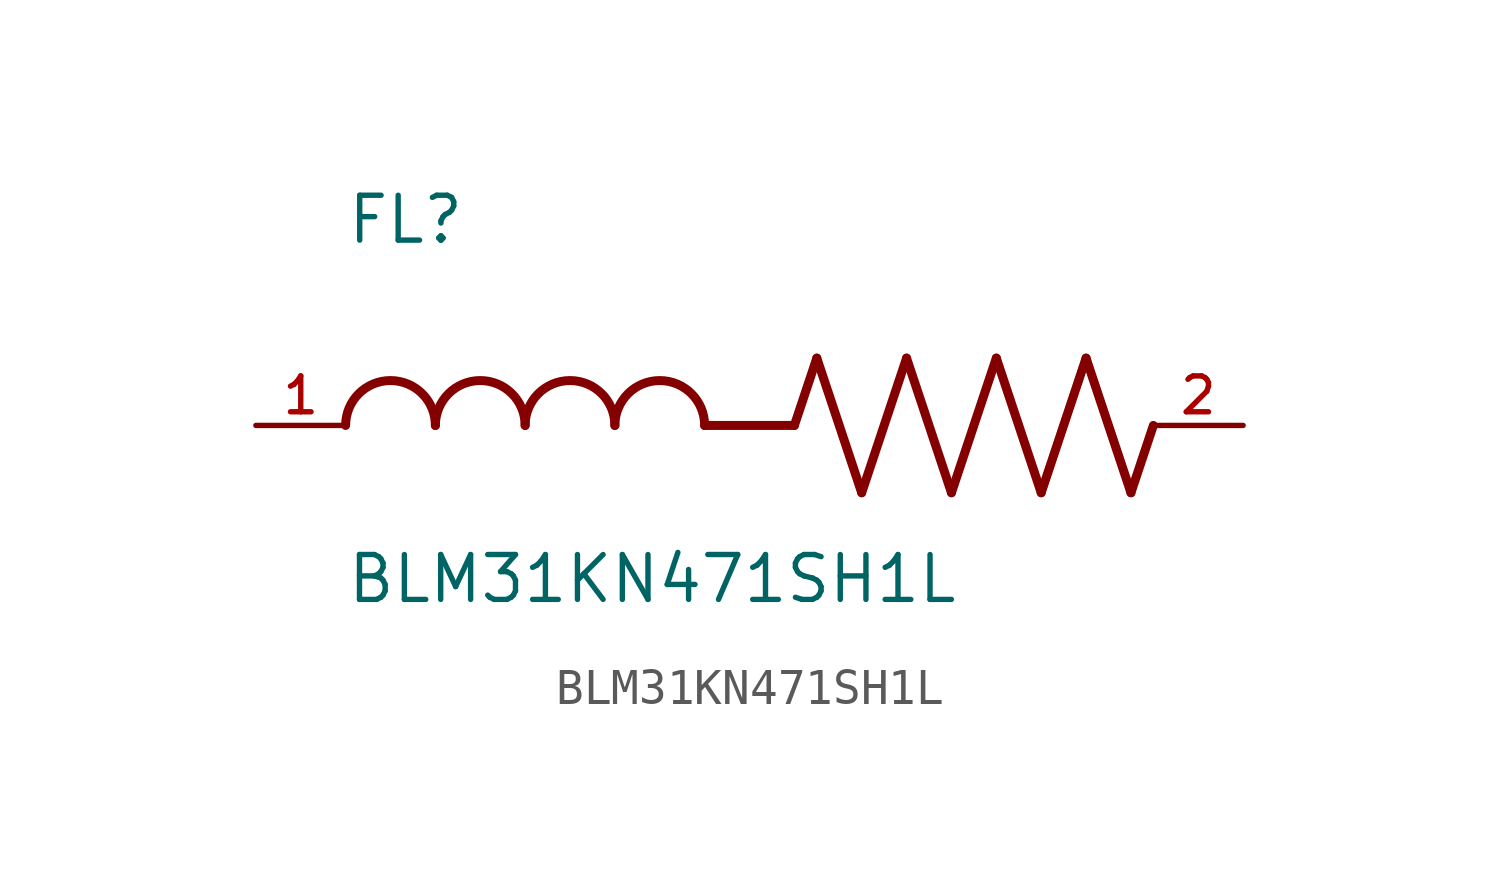
<source format=kicad_sym>
(kicad_symbol_lib
  (version 20211014)
  (generator kicad_symbol_editor)
  (symbol "BLM31KN471SH1L"
    (pin_names
      (offset 1.016))
    (property "Reference" "FL"
      (at -12.704 5.081 0)
      (effects (font (size 1.27 1.27)) (justify bottom left)))
    (property "Value" "BLM31KN471SH1L"
      (at -12.71 -5.087 0)
      (effects (font (size 1.27 1.27)) (justify bottom left)))
    (symbol "BLM31KN471SH1L_0_0"
      (polyline (pts (xy 0.0 0.0) (xy 0.635 1.905)) (stroke (width 0.254)))
      (polyline (pts (xy 0.635 1.905) (xy 1.905 -1.905)) (stroke (width 0.254)))
      (polyline (pts (xy 1.905 -1.905) (xy 3.175 1.905)) (stroke (width 0.254)))
      (polyline (pts (xy 3.175 1.905) (xy 4.445 -1.905)) (stroke (width 0.254)))
      (polyline (pts (xy 4.445 -1.905) (xy 5.715 1.905)) (stroke (width 0.254)))
      (polyline (pts (xy 5.715 1.905) (xy 6.985 -1.905)) (stroke (width 0.254)))
      (polyline (pts (xy 6.985 -1.905) (xy 8.255 1.905)) (stroke (width 0.254)))
      (polyline (pts (xy 8.255 1.905) (xy 9.525 -1.905)) (stroke (width 0.254)))
      (polyline (pts (xy 9.525 -1.905) (xy 10.16 0.0)) (stroke (width 0.254)))
      (arc (start -10.16 0.0) (mid -11.43 1.27) (end -12.7 0.0) (stroke (width 0.254) (type default) (color 0 0 0 0)) (fill (type none)))
      (arc (start -7.62 0.0) (mid -8.89 1.27) (end -10.16 0.0) (stroke (width 0.254) (type default) (color 0 0 0 0)) (fill (type none)))
      (arc (start -5.08 0.0) (mid -6.35 1.27) (end -7.62 0.0) (stroke (width 0.254) (type default) (color 0 0 0 0)) (fill (type none)))
      (arc (start -2.54 0.0) (mid -3.81 1.27) (end -5.08 0.0) (stroke (width 0.254) (type default) (color 0 0 0 0)) (fill (type none)))
      (polyline (pts (xy 0.0 0.0) (xy -2.54 0.0)) (stroke (width 0.254)))
      (pin passive line (at 12.7 0.0 180.0) (length 2.54) (name "~" (effects (font (size 1.016 1.016)))) (number "2" (effects (font (size 1.016 1.016)))))
      (pin passive line (at -15.24 0.0 0) (length 2.54) (name "~" (effects (font (size 1.016 1.016)))) (number "1" (effects (font (size 1.016 1.016))))))))
</source>
